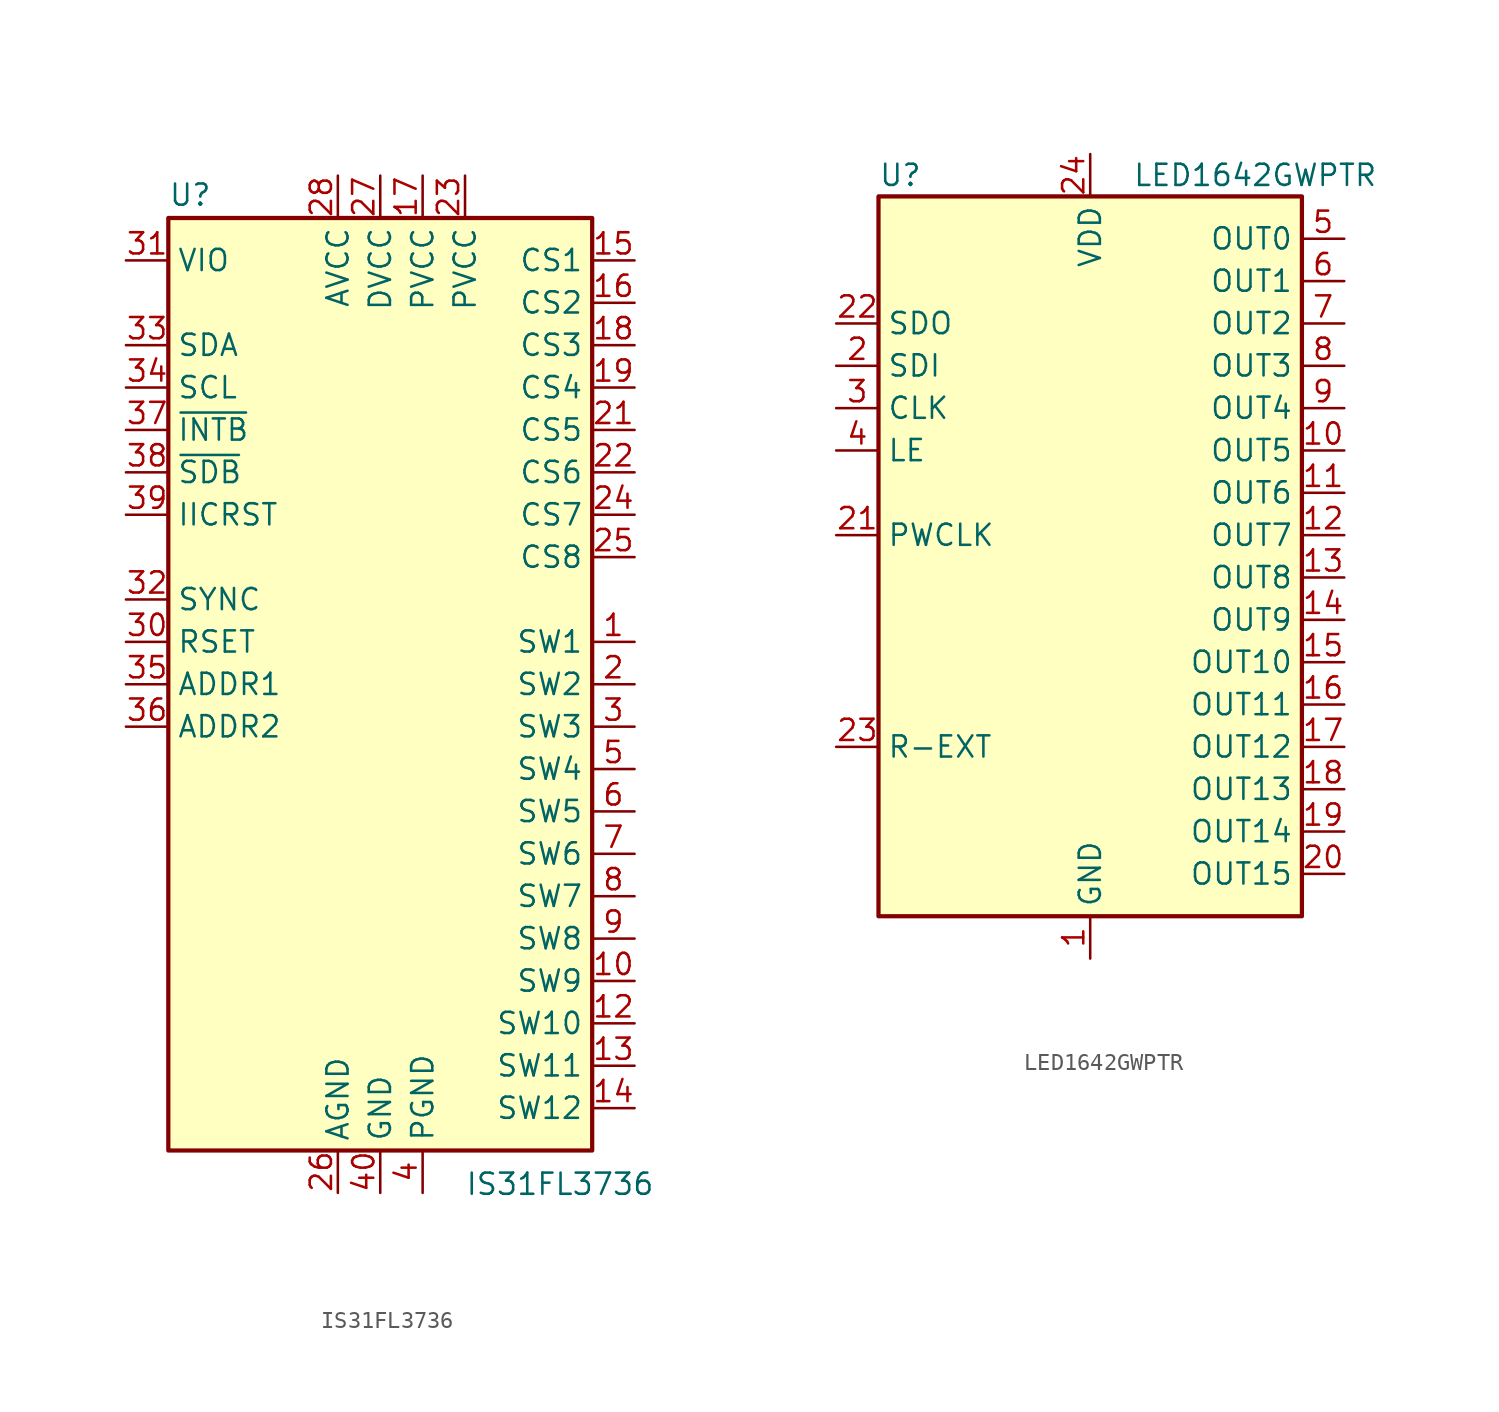
<source format=kicad_sym>
(kicad_symbol_lib
  (version 20211014)
  (generator kicad_symbol_editor)
  (symbol "IS31FL3736"
    (property "Reference" "U"
      (at -12.7 28.575 0)
      (effects (font (size 1.27 1.27)) (justify left bottom)))
    (property "Value" "IS31FL3736"
      (at 5.08 -29.21 0)
      (effects (font (size 1.27 1.27)) (justify left top)))
    (symbol "IS31FL3736_0_1"
      (rectangle (start -12.7 27.94) (end 12.7 -27.94) (stroke (width 0.254) (type default) (color 0 0 0 0)) (fill (type background))))
    (symbol "IS31FL3736_1_1"
      (pin input line (at 15.24 2.54 180) (length 2.54) (name "SW1" (effects (font (size 1.27 1.27)))) (number "1" (effects (font (size 1.27 1.27)))))
      (pin input line (at 15.24 -17.78 180) (length 2.54) (name "SW9" (effects (font (size 1.27 1.27)))) (number "10" (effects (font (size 1.27 1.27)))))
      (pin passive line (at 2.54 -30.48 90) (length 2.54) hide (name "PGND" (effects (font (size 1.27 1.27)))) (number "11" (effects (font (size 1.27 1.27)))))
      (pin input line (at 15.24 -20.32 180) (length 2.54) (name "SW10" (effects (font (size 1.27 1.27)))) (number "12" (effects (font (size 1.27 1.27)))))
      (pin input line (at 15.24 -22.86 180) (length 2.54) (name "SW11" (effects (font (size 1.27 1.27)))) (number "13" (effects (font (size 1.27 1.27)))))
      (pin input line (at 15.24 -25.4 180) (length 2.54) (name "SW12" (effects (font (size 1.27 1.27)))) (number "14" (effects (font (size 1.27 1.27)))))
      (pin output line (at 15.24 25.4 180) (length 2.54) (name "CS1" (effects (font (size 1.27 1.27)))) (number "15" (effects (font (size 1.27 1.27)))))
      (pin output line (at 15.24 22.86 180) (length 2.54) (name "CS2" (effects (font (size 1.27 1.27)))) (number "16" (effects (font (size 1.27 1.27)))))
      (pin power_in line (at 2.54 30.48 270) (length 2.54) (name "PVCC" (effects (font (size 1.27 1.27)))) (number "17" (effects (font (size 1.27 1.27)))))
      (pin output line (at 15.24 20.32 180) (length 2.54) (name "CS3" (effects (font (size 1.27 1.27)))) (number "18" (effects (font (size 1.27 1.27)))))
      (pin output line (at 15.24 17.78 180) (length 2.54) (name "CS4" (effects (font (size 1.27 1.27)))) (number "19" (effects (font (size 1.27 1.27)))))
      (pin input line (at 15.24 0 180) (length 2.54) (name "SW2" (effects (font (size 1.27 1.27)))) (number "2" (effects (font (size 1.27 1.27)))))
      (pin no_connect line (at -12.7 -22.86 0) (length 2.54) hide (name "NC" (effects (font (size 1.27 1.27)))) (number "20" (effects (font (size 1.27 1.27)))))
      (pin output line (at 15.24 15.24 180) (length 2.54) (name "CS5" (effects (font (size 1.27 1.27)))) (number "21" (effects (font (size 1.27 1.27)))))
      (pin output line (at 15.24 12.7 180) (length 2.54) (name "CS6" (effects (font (size 1.27 1.27)))) (number "22" (effects (font (size 1.27 1.27)))))
      (pin power_in line (at 5.08 30.48 270) (length 2.54) (name "PVCC" (effects (font (size 1.27 1.27)))) (number "23" (effects (font (size 1.27 1.27)))))
      (pin output line (at 15.24 10.16 180) (length 2.54) (name "CS7" (effects (font (size 1.27 1.27)))) (number "24" (effects (font (size 1.27 1.27)))))
      (pin output line (at 15.24 7.62 180) (length 2.54) (name "CS8" (effects (font (size 1.27 1.27)))) (number "25" (effects (font (size 1.27 1.27)))))
      (pin power_in line (at -2.54 -30.48 90) (length 2.54) (name "AGND" (effects (font (size 1.27 1.27)))) (number "26" (effects (font (size 1.27 1.27)))))
      (pin power_in line (at 0 30.48 270) (length 2.54) (name "DVCC" (effects (font (size 1.27 1.27)))) (number "27" (effects (font (size 1.27 1.27)))))
      (pin power_in line (at -2.54 30.48 270) (length 2.54) (name "AVCC" (effects (font (size 1.27 1.27)))) (number "28" (effects (font (size 1.27 1.27)))))
      (pin no_connect line (at -12.7 -25.4 0) (length 2.54) hide (name "NC" (effects (font (size 1.27 1.27)))) (number "29" (effects (font (size 1.27 1.27)))))
      (pin input line (at 15.24 -2.54 180) (length 2.54) (name "SW3" (effects (font (size 1.27 1.27)))) (number "3" (effects (font (size 1.27 1.27)))))
      (pin passive line (at -15.24 2.54 0) (length 2.54) (name "RSET" (effects (font (size 1.27 1.27)))) (number "30" (effects (font (size 1.27 1.27)))))
      (pin input line (at -15.24 25.4 0) (length 2.54) (name "VIO" (effects (font (size 1.27 1.27)))) (number "31" (effects (font (size 1.27 1.27)))))
      (pin input line (at -15.24 5.08 0) (length 2.54) (name "SYNC" (effects (font (size 1.27 1.27)))) (number "32" (effects (font (size 1.27 1.27)))))
      (pin bidirectional line (at -15.24 20.32 0) (length 2.54) (name "SDA" (effects (font (size 1.27 1.27)))) (number "33" (effects (font (size 1.27 1.27)))))
      (pin input line (at -15.24 17.78 0) (length 2.54) (name "SCL" (effects (font (size 1.27 1.27)))) (number "34" (effects (font (size 1.27 1.27)))))
      (pin input line (at -15.24 0 0) (length 2.54) (name "ADDR1" (effects (font (size 1.27 1.27)))) (number "35" (effects (font (size 1.27 1.27)))))
      (pin input line (at -15.24 -2.54 0) (length 2.54) (name "ADDR2" (effects (font (size 1.27 1.27)))) (number "36" (effects (font (size 1.27 1.27)))))
      (pin open_collector line (at -15.24 15.24 0) (length 2.54) (name "~{INTB}" (effects (font (size 1.27 1.27)))) (number "37" (effects (font (size 1.27 1.27)))))
      (pin input line (at -15.24 12.7 0) (length 2.54) (name "~{SDB}" (effects (font (size 1.27 1.27)))) (number "38" (effects (font (size 1.27 1.27)))))
      (pin input line (at -15.24 10.16 0) (length 2.54) (name "IICRST" (effects (font (size 1.27 1.27)))) (number "39" (effects (font (size 1.27 1.27)))))
      (pin power_in line (at 2.54 -30.48 90) (length 2.54) (name "PGND" (effects (font (size 1.27 1.27)))) (number "4" (effects (font (size 1.27 1.27)))))
      (pin power_in line (at 0 -30.48 90) (length 2.54) (name "GND" (effects (font (size 1.27 1.27)))) (number "40" (effects (font (size 1.27 1.27)))))
      (pin passive line (at 0 -30.48 90) (length 2.54) hide (name "GND" (effects (font (size 1.27 1.27)))) (number "41" (effects (font (size 1.27 1.27)))))
      (pin input line (at 15.24 -5.08 180) (length 2.54) (name "SW4" (effects (font (size 1.27 1.27)))) (number "5" (effects (font (size 1.27 1.27)))))
      (pin input line (at 15.24 -7.62 180) (length 2.54) (name "SW5" (effects (font (size 1.27 1.27)))) (number "6" (effects (font (size 1.27 1.27)))))
      (pin input line (at 15.24 -10.16 180) (length 2.54) (name "SW6" (effects (font (size 1.27 1.27)))) (number "7" (effects (font (size 1.27 1.27)))))
      (pin input line (at 15.24 -12.7 180) (length 2.54) (name "SW7" (effects (font (size 1.27 1.27)))) (number "8" (effects (font (size 1.27 1.27)))))
      (pin input line (at 15.24 -15.24 180) (length 2.54) (name "SW8" (effects (font (size 1.27 1.27)))) (number "9" (effects (font (size 1.27 1.27)))))))
  (symbol "LED1642GWPTR"
    (property "Reference" "U"
      (at -12.7 21.59 0)
      (effects (font (size 1.27 1.27)) (justify left)))
    (property "Value" "LED1642GWPTR"
      (at 2.54 21.59 0)
      (effects (font (size 1.27 1.27)) (justify left)))
    (symbol "LED1642GWPTR_0_1"
      (rectangle (start -12.7 20.32) (end 12.7 -22.86) (stroke (width 0.254) (type default) (color 0 0 0 0)) (fill (type background))))
    (symbol "LED1642GWPTR_1_1"
      (pin power_in line (at 0 -25.4 90) (length 2.54) (name "GND" (effects (font (size 1.27 1.27)))) (number "1" (effects (font (size 1.27 1.27)))))
      (pin output line (at 15.24 5.08 180) (length 2.54) (name "OUT5" (effects (font (size 1.27 1.27)))) (number "10" (effects (font (size 1.27 1.27)))))
      (pin output line (at 15.24 2.54 180) (length 2.54) (name "OUT6" (effects (font (size 1.27 1.27)))) (number "11" (effects (font (size 1.27 1.27)))))
      (pin output line (at 15.24 0 180) (length 2.54) (name "OUT7" (effects (font (size 1.27 1.27)))) (number "12" (effects (font (size 1.27 1.27)))))
      (pin output line (at 15.24 -2.54 180) (length 2.54) (name "OUT8" (effects (font (size 1.27 1.27)))) (number "13" (effects (font (size 1.27 1.27)))))
      (pin output line (at 15.24 -5.08 180) (length 2.54) (name "OUT9" (effects (font (size 1.27 1.27)))) (number "14" (effects (font (size 1.27 1.27)))))
      (pin output line (at 15.24 -7.62 180) (length 2.54) (name "OUT10" (effects (font (size 1.27 1.27)))) (number "15" (effects (font (size 1.27 1.27)))))
      (pin output line (at 15.24 -10.16 180) (length 2.54) (name "OUT11" (effects (font (size 1.27 1.27)))) (number "16" (effects (font (size 1.27 1.27)))))
      (pin output line (at 15.24 -12.7 180) (length 2.54) (name "OUT12" (effects (font (size 1.27 1.27)))) (number "17" (effects (font (size 1.27 1.27)))))
      (pin output line (at 15.24 -15.24 180) (length 2.54) (name "OUT13" (effects (font (size 1.27 1.27)))) (number "18" (effects (font (size 1.27 1.27)))))
      (pin output line (at 15.24 -17.78 180) (length 2.54) (name "OUT14" (effects (font (size 1.27 1.27)))) (number "19" (effects (font (size 1.27 1.27)))))
      (pin input line (at -15.24 10.16 0) (length 2.54) (name "SDI" (effects (font (size 1.27 1.27)))) (number "2" (effects (font (size 1.27 1.27)))))
      (pin output line (at 15.24 -20.32 180) (length 2.54) (name "OUT15" (effects (font (size 1.27 1.27)))) (number "20" (effects (font (size 1.27 1.27)))))
      (pin input line (at -15.24 0 0) (length 2.54) (name "PWCLK" (effects (font (size 1.27 1.27)))) (number "21" (effects (font (size 1.27 1.27)))))
      (pin output line (at -15.24 12.7 0) (length 2.54) (name "SDO" (effects (font (size 1.27 1.27)))) (number "22" (effects (font (size 1.27 1.27)))))
      (pin passive line (at -15.24 -12.7 0) (length 2.54) (name "R-EXT" (effects (font (size 1.27 1.27)))) (number "23" (effects (font (size 1.27 1.27)))))
      (pin power_in line (at 0 22.86 270) (length 2.54) (name "VDD" (effects (font (size 1.27 1.27)))) (number "24" (effects (font (size 1.27 1.27)))))
      (pin input line (at -15.24 7.62 0) (length 2.54) (name "CLK" (effects (font (size 1.27 1.27)))) (number "3" (effects (font (size 1.27 1.27)))))
      (pin input line (at -15.24 5.08 0) (length 2.54) (name "LE" (effects (font (size 1.27 1.27)))) (number "4" (effects (font (size 1.27 1.27)))))
      (pin output line (at 15.24 17.78 180) (length 2.54) (name "OUT0" (effects (font (size 1.27 1.27)))) (number "5" (effects (font (size 1.27 1.27)))))
      (pin output line (at 15.24 15.24 180) (length 2.54) (name "OUT1" (effects (font (size 1.27 1.27)))) (number "6" (effects (font (size 1.27 1.27)))))
      (pin output line (at 15.24 12.7 180) (length 2.54) (name "OUT2" (effects (font (size 1.27 1.27)))) (number "7" (effects (font (size 1.27 1.27)))))
      (pin output line (at 15.24 10.16 180) (length 2.54) (name "OUT3" (effects (font (size 1.27 1.27)))) (number "8" (effects (font (size 1.27 1.27)))))
      (pin output line (at 15.24 7.62 180) (length 2.54) (name "OUT4" (effects (font (size 1.27 1.27)))) (number "9" (effects (font (size 1.27 1.27))))))))
</source>
